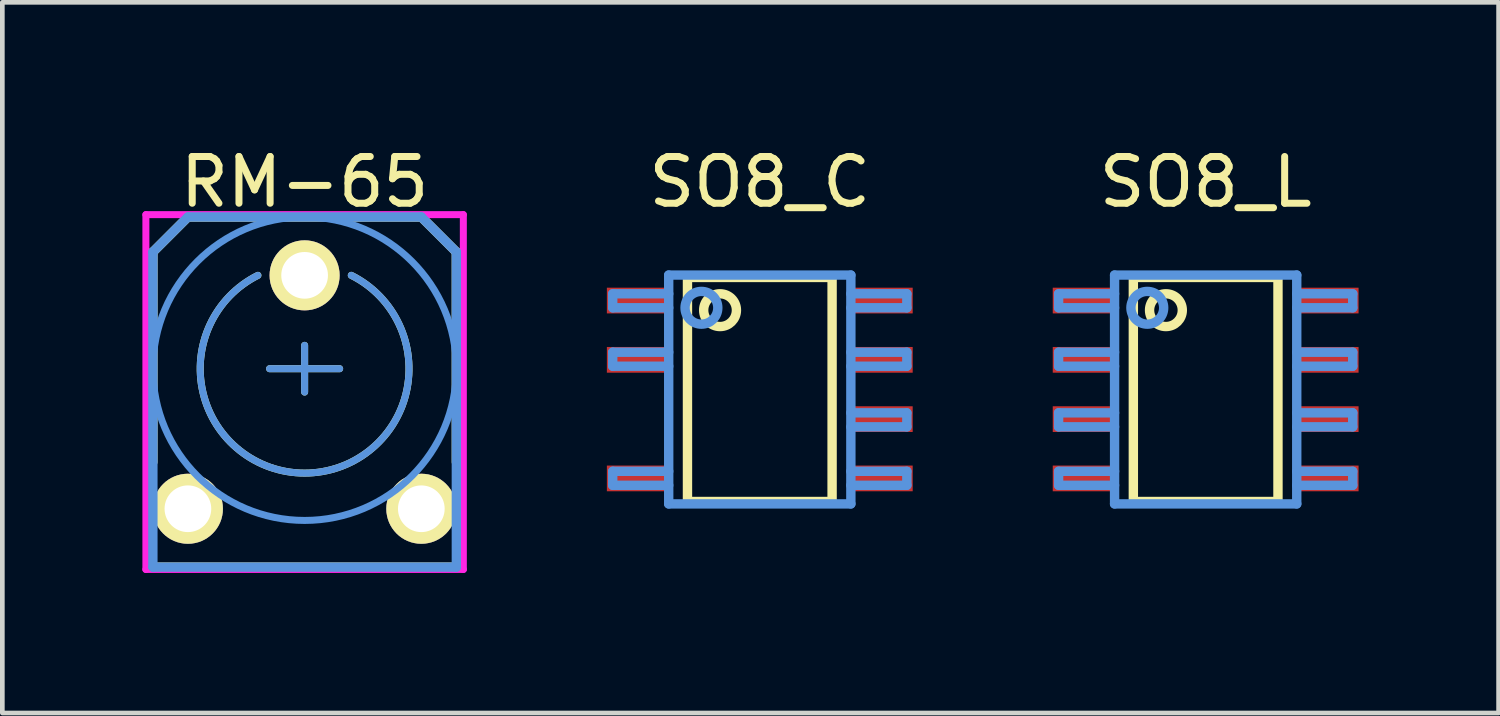
<source format=kicad_pcb>
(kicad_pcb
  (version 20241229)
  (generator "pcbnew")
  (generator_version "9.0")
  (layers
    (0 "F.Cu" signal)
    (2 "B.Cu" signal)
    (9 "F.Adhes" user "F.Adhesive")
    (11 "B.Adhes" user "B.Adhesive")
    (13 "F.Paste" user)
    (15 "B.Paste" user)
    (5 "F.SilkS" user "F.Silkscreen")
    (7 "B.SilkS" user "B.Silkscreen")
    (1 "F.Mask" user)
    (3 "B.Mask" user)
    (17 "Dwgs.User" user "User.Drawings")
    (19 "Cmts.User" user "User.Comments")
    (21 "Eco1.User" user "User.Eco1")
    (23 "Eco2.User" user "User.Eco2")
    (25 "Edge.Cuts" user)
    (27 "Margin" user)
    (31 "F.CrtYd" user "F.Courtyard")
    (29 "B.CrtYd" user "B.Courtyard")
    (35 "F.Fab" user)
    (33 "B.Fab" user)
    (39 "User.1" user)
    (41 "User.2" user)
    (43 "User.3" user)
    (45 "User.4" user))
  (footprint "SO8_L"
    (layer "F.Cu")
    (at 22.776 5.293)
    (property "Reference" "SO8_L" (at 0 -4.445 0) (layer "F.SilkS") (effects (font (size 1.001 1.001) (thickness 0.15))))
    (attr through_hole)
    (fp_line (start -1.549 -2.4) (end -1.549 2.4) (stroke (width 0.201) (type solid)) (layer "F.SilkS"))
    (fp_line (start -1.549 2.4) (end 1.549 2.4) (stroke (width 0.201) (type solid)) (layer "F.SilkS"))
    (fp_line (start 1.549 -2.4) (end -1.549 -2.4) (stroke (width 0.201) (type solid)) (layer "F.SilkS"))
    (fp_line (start 1.549 2.4) (end 1.549 -2.4) (stroke (width 0.201) (type solid)) (layer "F.SilkS"))
    (fp_circle (center -0.851 -1.699) (end -0.5 -1.699) (stroke (width 0.201) (type solid)) (fill no) (layer "F.SilkS"))
    (fp_line (start -3.15 -2.05) (end -3.15 -1.75) (stroke (width 0.201) (type solid)) (layer "Cmts.User"))
    (fp_line (start -3.15 -1.75) (end -1.951 -1.75) (stroke (width 0.201) (type solid)) (layer "Cmts.User"))
    (fp_line (start -3.15 -0.798) (end -3.15 -0.498) (stroke (width 0.201) (type solid)) (layer "Cmts.User"))
    (fp_line (start -3.15 -0.498) (end -1.951 -0.498) (stroke (width 0.201) (type solid)) (layer "Cmts.User"))
    (fp_line (start -3.15 0.5) (end -3.15 0.8) (stroke (width 0.201) (type solid)) (layer "Cmts.User"))
    (fp_line (start -3.15 0.8) (end -1.951 0.8) (stroke (width 0.201) (type solid)) (layer "Cmts.User"))
    (fp_line (start -3.15 1.753) (end -3.15 2.052) (stroke (width 0.201) (type solid)) (layer "Cmts.User"))
    (fp_line (start -3.15 2.052) (end -1.951 2.052) (stroke (width 0.201) (type solid)) (layer "Cmts.User"))
    (fp_line (start -1.951 -2.451) (end -1.951 2.451) (stroke (width 0.201) (type solid)) (layer "Cmts.User"))
    (fp_line (start -1.951 -2.05) (end -3.15 -2.05) (stroke (width 0.201) (type solid)) (layer "Cmts.User"))
    (fp_line (start -1.951 -0.798) (end -3.15 -0.798) (stroke (width 0.201) (type solid)) (layer "Cmts.User"))
    (fp_line (start -1.951 0.5) (end -3.15 0.5) (stroke (width 0.201) (type solid)) (layer "Cmts.User"))
    (fp_line (start -1.951 1.753) (end -3.15 1.753) (stroke (width 0.201) (type solid)) (layer "Cmts.User"))
    (fp_line (start -1.951 2.451) (end 1.951 2.451) (stroke (width 0.201) (type solid)) (layer "Cmts.User"))
    (fp_line (start 1.951 -2.451) (end -1.951 -2.451) (stroke (width 0.201) (type solid)) (layer "Cmts.User"))
    (fp_line (start 1.951 -2.05) (end 3.15 -2.05) (stroke (width 0.201) (type solid)) (layer "Cmts.User"))
    (fp_line (start 1.951 -0.798) (end 3.15 -0.798) (stroke (width 0.201) (type solid)) (layer "Cmts.User"))
    (fp_line (start 1.951 0.5) (end 3.15 0.5) (stroke (width 0.201) (type solid)) (layer "Cmts.User"))
    (fp_line (start 1.951 1.753) (end 3.15 1.753) (stroke (width 0.201) (type solid)) (layer "Cmts.User"))
    (fp_line (start 1.951 2.451) (end 1.951 -2.451) (stroke (width 0.201) (type solid)) (layer "Cmts.User"))
    (fp_line (start 3.15 -2.05) (end 3.15 -1.75) (stroke (width 0.201) (type solid)) (layer "Cmts.User"))
    (fp_line (start 3.15 -1.75) (end 1.951 -1.75) (stroke (width 0.201) (type solid)) (layer "Cmts.User"))
    (fp_line (start 3.15 -0.798) (end 3.15 -0.498) (stroke (width 0.201) (type solid)) (layer "Cmts.User"))
    (fp_line (start 3.15 -0.498) (end 1.951 -0.498) (stroke (width 0.201) (type solid)) (layer "Cmts.User"))
    (fp_line (start 3.15 0.5) (end 3.15 0.8) (stroke (width 0.201) (type solid)) (layer "Cmts.User"))
    (fp_line (start 3.15 0.8) (end 1.951 0.8) (stroke (width 0.201) (type solid)) (layer "Cmts.User"))
    (fp_line (start 3.15 1.753) (end 3.15 2.052) (stroke (width 0.201) (type solid)) (layer "Cmts.User"))
    (fp_line (start 3.15 2.052) (end 1.951 2.052) (stroke (width 0.201) (type solid)) (layer "Cmts.User"))
    (fp_circle (center -1.25 -1.75) (end -0.899 -1.75) (stroke (width 0.201) (type solid)) (fill no) (layer "Cmts.User"))
    (pad "1" smd rect (at -2.601 -1.905) (size 1.349 0.551) (layers "F.Cu" "F.Mask" "F.Paste"))
    (pad "2" smd rect (at -2.601 -0.635) (size 1.349 0.551) (layers "F.Cu" "F.Mask" "F.Paste"))
    (pad "3" smd rect (at -2.601 0.635) (size 1.349 0.551) (layers "F.Cu" "F.Mask" "F.Paste"))
    (pad "4" smd rect (at -2.601 1.905) (size 1.349 0.551) (layers "F.Cu" "F.Mask" "F.Paste"))
    (pad "5" smd rect (at 2.601 1.905) (size 1.349 0.551) (layers "F.Cu" "F.Mask" "F.Paste"))
    (pad "6" smd rect (at 2.601 0.635) (size 1.349 0.551) (layers "F.Cu" "F.Mask" "F.Paste"))
    (pad "7" smd rect (at 2.601 -0.635) (size 1.349 0.551) (layers "F.Cu" "F.Mask" "F.Paste"))
    (pad "8" smd rect (at 2.601 -1.905) (size 1.349 0.551) (layers "F.Cu" "F.Mask" "F.Paste")))
  (footprint "SO8_C"
    (layer "F.Cu")
    (at 13.225 5.293)
    (property "Reference" "SO8_C" (at 0 -4.445 0) (layer "F.SilkS") (effects (font (size 1.001 1.001) (thickness 0.15))))
    (attr through_hole)
    (fp_line (start -1.549 -2.4) (end -1.549 2.4) (stroke (width 0.201) (type solid)) (layer "F.SilkS"))
    (fp_line (start -1.549 2.4) (end 1.549 2.4) (stroke (width 0.201) (type solid)) (layer "F.SilkS"))
    (fp_line (start 1.549 -2.4) (end -1.549 -2.4) (stroke (width 0.201) (type solid)) (layer "F.SilkS"))
    (fp_line (start 1.549 2.4) (end 1.549 -2.4) (stroke (width 0.201) (type solid)) (layer "F.SilkS"))
    (fp_circle (center -0.851 -1.699) (end -0.5 -1.699) (stroke (width 0.201) (type solid)) (fill no) (layer "F.SilkS"))
    (fp_line (start -3.15 -2.05) (end -3.15 -1.75) (stroke (width 0.201) (type solid)) (layer "Cmts.User"))
    (fp_line (start -3.15 -1.75) (end -1.951 -1.75) (stroke (width 0.201) (type solid)) (layer "Cmts.User"))
    (fp_line (start -3.15 -0.798) (end -3.15 -0.498) (stroke (width 0.201) (type solid)) (layer "Cmts.User"))
    (fp_line (start -3.15 -0.498) (end -1.951 -0.498) (stroke (width 0.201) (type solid)) (layer "Cmts.User"))
    (fp_line (start -3.15 1.753) (end -3.15 2.052) (stroke (width 0.201) (type solid)) (layer "Cmts.User"))
    (fp_line (start -3.15 2.052) (end -1.951 2.052) (stroke (width 0.201) (type solid)) (layer "Cmts.User"))
    (fp_line (start -1.951 -2.451) (end -1.951 2.451) (stroke (width 0.201) (type solid)) (layer "Cmts.User"))
    (fp_line (start -1.951 -2.05) (end -3.15 -2.05) (stroke (width 0.201) (type solid)) (layer "Cmts.User"))
    (fp_line (start -1.951 -0.798) (end -3.15 -0.798) (stroke (width 0.201) (type solid)) (layer "Cmts.User"))
    (fp_line (start -1.951 1.753) (end -3.15 1.753) (stroke (width 0.201) (type solid)) (layer "Cmts.User"))
    (fp_line (start -1.951 2.451) (end 1.951 2.451) (stroke (width 0.201) (type solid)) (layer "Cmts.User"))
    (fp_line (start 1.951 -2.451) (end -1.951 -2.451) (stroke (width 0.201) (type solid)) (layer "Cmts.User"))
    (fp_line (start 1.951 -2.05) (end 3.15 -2.05) (stroke (width 0.201) (type solid)) (layer "Cmts.User"))
    (fp_line (start 1.951 -0.798) (end 3.15 -0.798) (stroke (width 0.201) (type solid)) (layer "Cmts.User"))
    (fp_line (start 1.951 0.5) (end 3.15 0.5) (stroke (width 0.201) (type solid)) (layer "Cmts.User"))
    (fp_line (start 1.951 1.753) (end 3.15 1.753) (stroke (width 0.201) (type solid)) (layer "Cmts.User"))
    (fp_line (start 1.951 2.451) (end 1.951 -2.451) (stroke (width 0.201) (type solid)) (layer "Cmts.User"))
    (fp_line (start 3.15 -2.05) (end 3.15 -1.75) (stroke (width 0.201) (type solid)) (layer "Cmts.User"))
    (fp_line (start 3.15 -1.75) (end 1.951 -1.75) (stroke (width 0.201) (type solid)) (layer "Cmts.User"))
    (fp_line (start 3.15 -0.798) (end 3.15 -0.498) (stroke (width 0.201) (type solid)) (layer "Cmts.User"))
    (fp_line (start 3.15 -0.498) (end 1.951 -0.498) (stroke (width 0.201) (type solid)) (layer "Cmts.User"))
    (fp_line (start 3.15 0.5) (end 3.15 0.8) (stroke (width 0.201) (type solid)) (layer "Cmts.User"))
    (fp_line (start 3.15 0.8) (end 1.951 0.8) (stroke (width 0.201) (type solid)) (layer "Cmts.User"))
    (fp_line (start 3.15 1.753) (end 3.15 2.052) (stroke (width 0.201) (type solid)) (layer "Cmts.User"))
    (fp_line (start 3.15 2.052) (end 1.951 2.052) (stroke (width 0.201) (type solid)) (layer "Cmts.User"))
    (fp_circle (center -1.25 -1.75) (end -0.899 -1.75) (stroke (width 0.201) (type solid)) (fill no) (layer "Cmts.User"))
    (pad "1" smd rect (at -2.601 -1.905) (size 1.349 0.551) (layers "F.Cu" "F.Mask" "F.Paste"))
    (pad "2" smd rect (at -2.601 -0.635) (size 1.349 0.551) (layers "F.Cu" "F.Mask" "F.Paste"))
    (pad "4" smd rect (at -2.601 1.905) (size 1.349 0.551) (layers "F.Cu" "F.Mask" "F.Paste"))
    (pad "5" smd rect (at 2.601 1.905) (size 1.349 0.551) (layers "F.Cu" "F.Mask" "F.Paste"))
    (pad "6" smd rect (at 2.601 0.635) (size 1.349 0.551) (layers "F.Cu" "F.Mask" "F.Paste"))
    (pad "7" smd rect (at 2.601 -0.635) (size 1.349 0.551) (layers "F.Cu" "F.Mask" "F.Paste"))
    (pad "8" smd rect (at 2.601 -1.905) (size 1.349 0.551) (layers "F.Cu" "F.Mask" "F.Paste")))
  (footprint "RM-65"
    (layer "F.Cu")
    (at 3.475 7.848)
    (property "Reference" "RM-65" (at 0 -7 0) (layer "F.SilkS") (effects (font (size 1.001 1.001) (thickness 0.15))))
    (attr through_hole)
    (fp_line (start -3.25 -5.5) (end -2.5 -6.25) (stroke (width 0.2) (type solid)) (layer "F.SilkS"))
    (fp_line (start -3.25 -1) (end -3.25 -5.5) (stroke (width 0.2) (type solid)) (layer "F.SilkS"))
    (fp_line (start -2.5 -6.25) (end 2.5 -6.25) (stroke (width 0.201) (type solid)) (layer "F.SilkS"))
    (fp_line (start -0.75 -3) (end 0.75 -3) (stroke (width 0.15) (type solid)) (layer "F.SilkS"))
    (fp_line (start 0 -3.5) (end 0 -2.5) (stroke (width 0.15) (type solid)) (layer "F.SilkS"))
    (fp_line (start 2.5 -6.25) (end 3.25 -5.5) (stroke (width 0.2) (type solid)) (layer "F.SilkS"))
    (fp_line (start 3.25 -5.5) (end 3.25 -1) (stroke (width 0.2) (type solid)) (layer "F.SilkS"))
    (fp_line (start 3.25 1.25) (end -3.25 1.25) (stroke (width 0.2) (type solid)) (layer "F.SilkS"))
    (fp_arc (start 1 -5) (mid 0 -0.763932) (end -1 -5) (stroke (width 0.15) (type solid)) (layer "F.SilkS"))
    (fp_line (start -3.25 -5.5) (end -2.5 -6.25) (stroke (width 0.2) (type solid)) (layer "Cmts.User"))
    (fp_line (start -3.25 1.25) (end -3.25 -5.5) (stroke (width 0.2) (type solid)) (layer "Cmts.User"))
    (fp_line (start -2.5 -6.25) (end 2.5 -6.25) (stroke (width 0.201) (type solid)) (layer "Cmts.User"))
    (fp_line (start -0.75 -3) (end 0.75 -3) (stroke (width 0.15) (type solid)) (layer "Cmts.User"))
    (fp_line (start 0 -3.5) (end 0 -2.5) (stroke (width 0.15) (type solid)) (layer "Cmts.User"))
    (fp_line (start 2.5 -6.25) (end 3.25 -5.5) (stroke (width 0.2) (type solid)) (layer "Cmts.User"))
    (fp_line (start 3.25 -5.5) (end 3.25 1.25) (stroke (width 0.2) (type solid)) (layer "Cmts.User"))
    (fp_line (start 3.25 1.25) (end -3.25 1.25) (stroke (width 0.2) (type solid)) (layer "Cmts.User"))
    (fp_arc (start 1 -5) (mid 0.001364 -0.763932) (end -1.002439 -4.998779) (stroke (width 0.15) (type solid)) (layer "Cmts.User"))
    (fp_circle (center 0 -3) (end 3.25 -3) (stroke (width 0.15) (type solid)) (fill no) (layer "Cmts.User"))
    (fp_line (start -3.4 -6.3) (end -3.4 1.3) (stroke (width 0.15) (type solid)) (layer "F.CrtYd"))
    (fp_line (start -3.4 -6.3) (end 3.4 -6.3) (stroke (width 0.15) (type solid)) (layer "F.CrtYd"))
    (fp_line (start -3.4 1.3) (end 3.4 1.3) (stroke (width 0.15) (type solid)) (layer "F.CrtYd"))
    (fp_line (start 3.4 -6.3) (end 3.4 1.3) (stroke (width 0.15) (type solid)) (layer "F.CrtYd"))
    (pad "1" thru_hole circle (at -2.5 0) (size 1.5 1.5) (drill 1) (layers "*.Cu" "*.Mask" "F.SilkS"))
    (pad "2" thru_hole circle (at 0 -5) (size 1.5 1.5) (drill 1) (layers "*.Cu" "*.Mask" "F.SilkS"))
    (pad "3" thru_hole circle (at 2.5 0) (size 1.5 1.5) (drill 1) (layers "*.Cu" "*.Mask" "F.SilkS")))
  (gr_rect
    (start -3 -3)
    (end 29.051 12.223)
    (stroke (width 0.1) (type default))
    (fill no)
    (layer "Edge.Cuts")))
</source>
